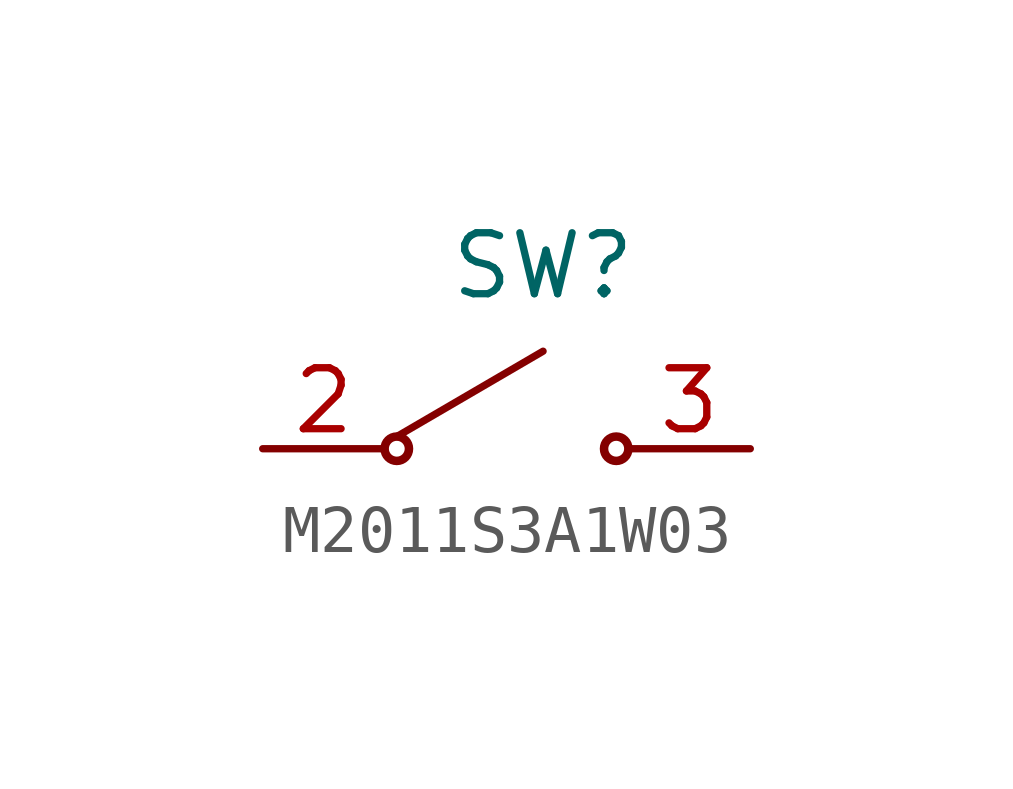
<source format=kicad_sym>
(kicad_symbol_lib
  (version 20241209)
  (generator "kicad_symbol_editor")
  (generator_version "9.0")
  (symbol "M2011S3A1W03"
    (pin_names
      (hide yes))
    (property "Reference" "SW"
      (at 0.762 3.81 0)
      (effects (font (size 1.27 1.27))))
    (property "Value" ""
      (at 0 0 0)
      (effects (font (size 1.27 1.27))))
    (symbol "M2011S3A1W03_0_1"
      (circle (center -2.286 0) (radius 0.254) (stroke (width 0.178) (type solid)) (fill (type none)))
      (circle (center 2.286 0) (radius 0.254) (stroke (width 0.178) (type solid)) (fill (type none))))
    (symbol "M2011S3A1W03_1_1"
      (polyline (pts (xy -2.286 0.254) (xy 0.762 2.032)) (stroke (width 0) (type default)) (fill (type none)))
      (pin passive line (at -5.08 0 0) (length 2.54) (name "A" (effects (font (size 0 0)))) (number "2" (effects (font (size 1.27 1.27)))))
      (pin passive line (at 5.08 0 180) (length 2.54) (name "B" (effects (font (size 0 0)))) (number "3" (effects (font (size 1.27 1.27))))))))
</source>
